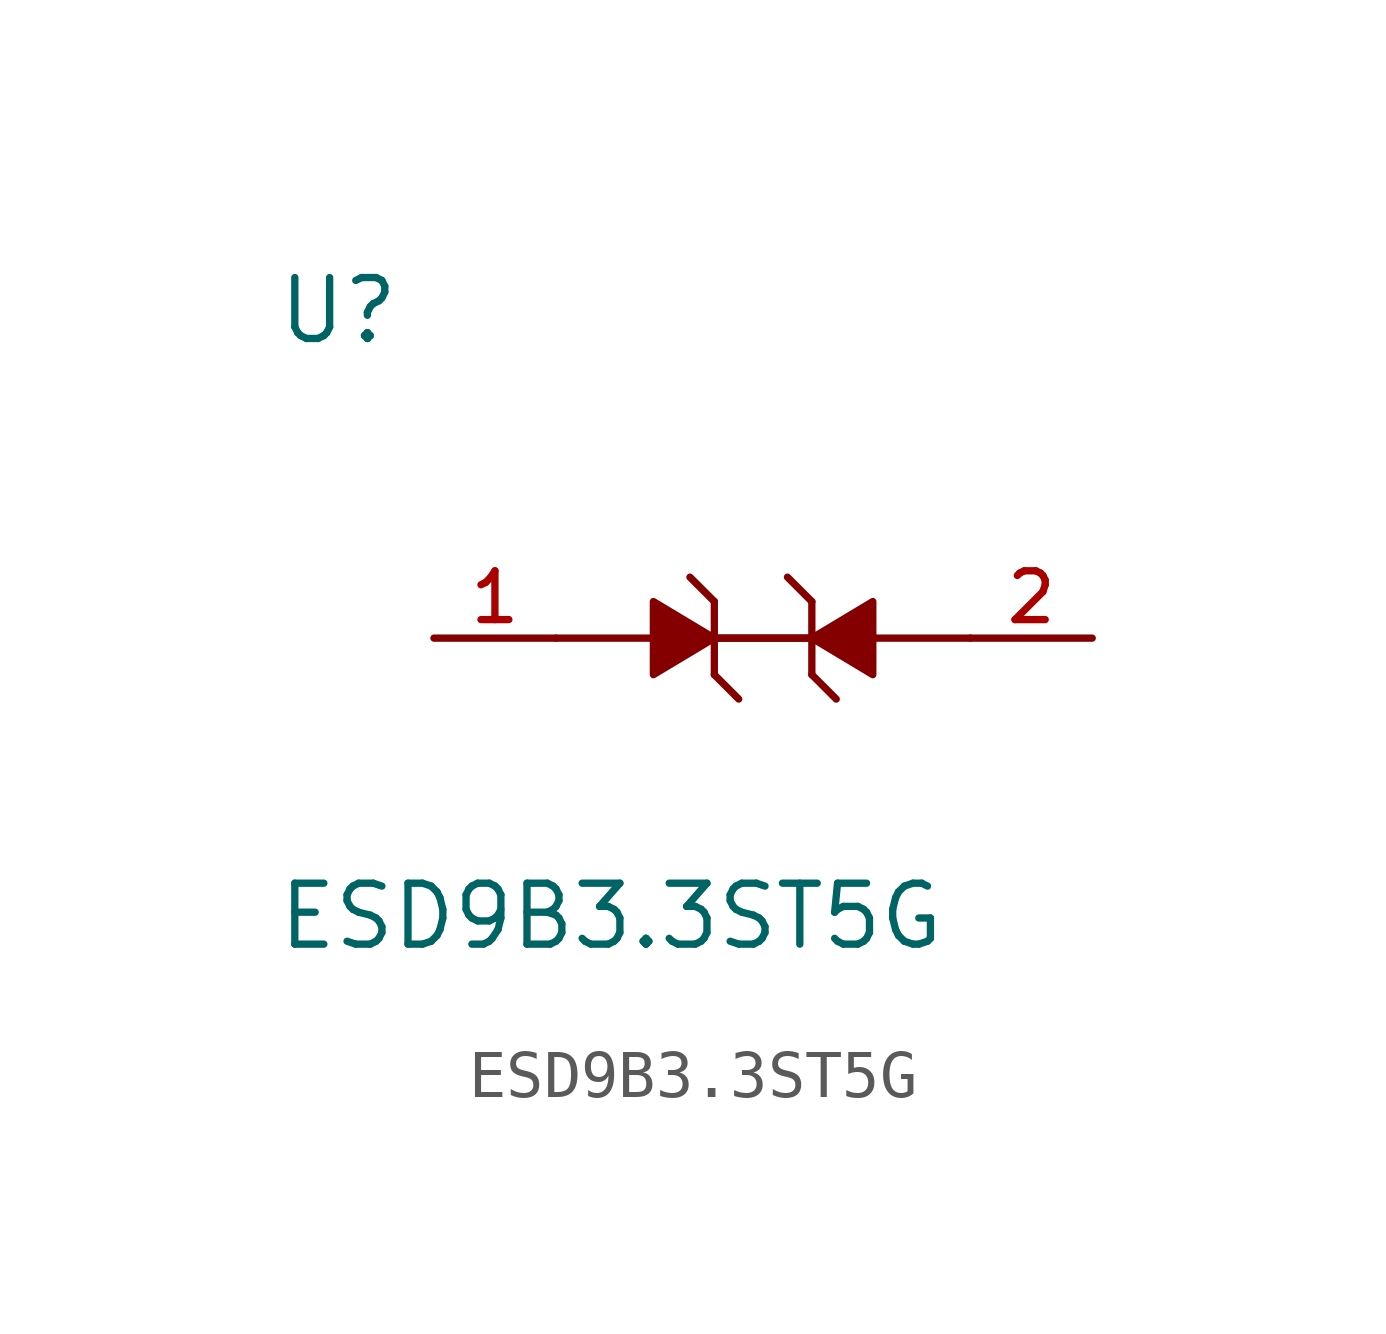
<source format=kicad_sym>
(kicad_symbol_lib
  (version 20211014)
  (generator kicad_symbol_editor)
  (symbol "ESD9B3.3ST5G"
    (pin_names
      (offset 1.016))
    (property "Reference" "U"
      (at -10.16 6.08 0.0)
      (effects (font (size 1.27 1.27)) (justify bottom left)))
    (property "Value" "ESD9B3.3ST5G"
      (at -10.16 -6.54 0.0)
      (effects (font (size 1.27 1.27)) (justify bottom left)))
    (symbol "ESD9B3.3ST5G_0_0"
      (polyline (pts (xy -1.016 0.0) (xy -2.286 -0.762) (xy -2.286 0.762) (xy -1.016 0.0)) (stroke (width 0.152)) (fill (type outline)))
      (polyline (pts (xy -2.286 0.0) (xy -4.318 0.0)) (stroke (width 0.152)))
      (polyline (pts (xy -1.016 0.0) (xy 1.016 0.0)) (stroke (width 0.152)))
      (polyline (pts (xy -1.016 -0.762) (xy -1.016 0.762)) (stroke (width 0.152)))
      (polyline (pts (xy -1.016 0.762) (xy -1.524 1.27)) (stroke (width 0.152)))
      (polyline (pts (xy -1.016 -0.762) (xy -0.508 -1.27)) (stroke (width 0.152)))
      (polyline (pts (xy 1.016 0.0) (xy 2.286 0.762) (xy 2.286 -0.762) (xy 1.016 0.0)) (stroke (width 0.152)) (fill (type outline)))
      (polyline (pts (xy 2.286 0.0) (xy 4.318 0.0)) (stroke (width 0.152)))
      (polyline (pts (xy 1.016 0.0) (xy -1.016 0.0)) (stroke (width 0.152)))
      (polyline (pts (xy 1.016 0.762) (xy 1.016 -0.762)) (stroke (width 0.152)))
      (polyline (pts (xy 1.016 -0.762) (xy 1.524 -1.27)) (stroke (width 0.152)))
      (polyline (pts (xy 1.016 0.762) (xy 0.508 1.27)) (stroke (width 0.152)))
      (pin passive line (at 6.858 0.0 180.0) (length 2.54) (name "~" (effects (font (size 1.016 1.016)))) (number "2" (effects (font (size 1.016 1.016)))))
      (pin passive line (at -6.858 0.0 0) (length 2.54) (name "~" (effects (font (size 1.016 1.016)))) (number "1" (effects (font (size 1.016 1.016))))))))
</source>
